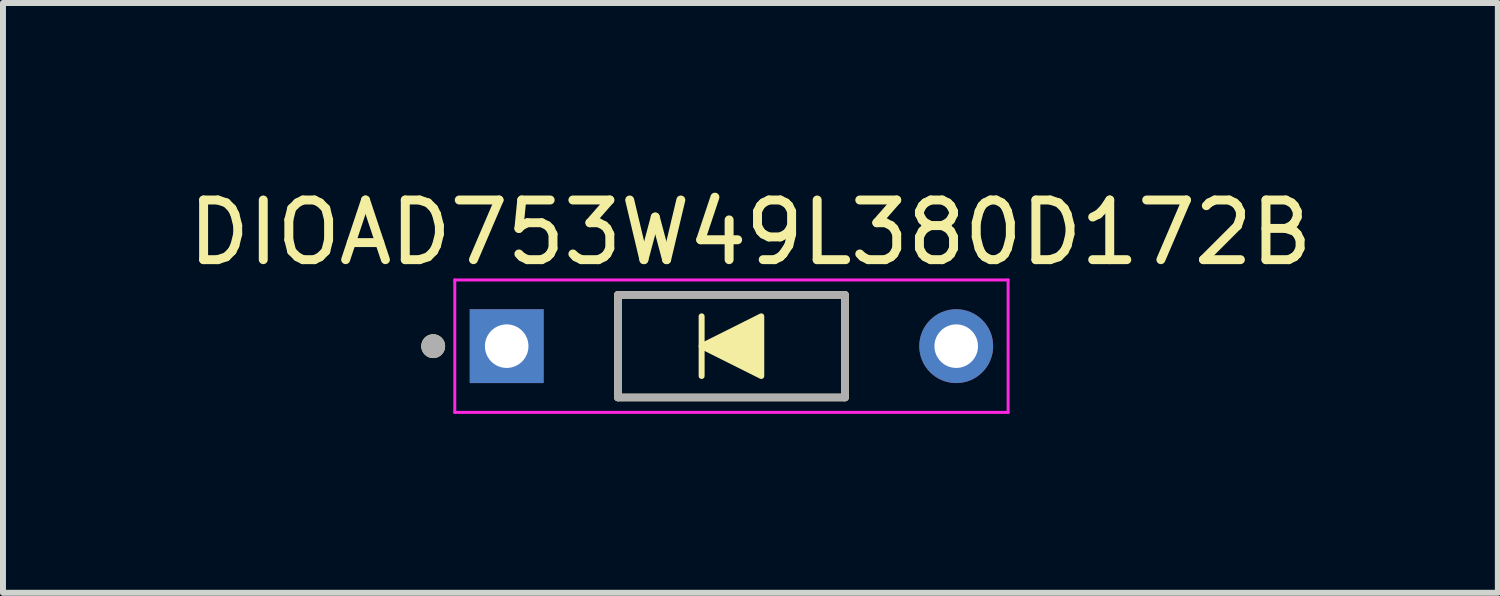
<source format=kicad_pcb>
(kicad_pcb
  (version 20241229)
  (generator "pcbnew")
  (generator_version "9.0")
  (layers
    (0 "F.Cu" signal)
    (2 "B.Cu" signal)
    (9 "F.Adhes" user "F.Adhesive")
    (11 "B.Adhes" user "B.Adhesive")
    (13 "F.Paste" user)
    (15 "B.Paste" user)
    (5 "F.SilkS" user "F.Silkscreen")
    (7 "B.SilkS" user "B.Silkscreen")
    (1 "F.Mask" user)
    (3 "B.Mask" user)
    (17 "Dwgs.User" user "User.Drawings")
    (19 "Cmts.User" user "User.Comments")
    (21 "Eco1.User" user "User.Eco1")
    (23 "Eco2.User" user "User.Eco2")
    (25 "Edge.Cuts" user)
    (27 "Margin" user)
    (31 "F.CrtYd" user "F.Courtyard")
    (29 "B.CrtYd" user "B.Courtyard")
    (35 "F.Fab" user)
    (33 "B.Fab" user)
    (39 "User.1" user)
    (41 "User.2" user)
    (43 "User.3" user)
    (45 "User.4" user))
  (footprint "DIOAD753W49L380D172B"
    (layer "F.Cu")
    (at 9.212 2.753)
    (property "Reference" "DIOAD753W49L380D172B" (at 0.318 -1.905 0) (layer "F.SilkS") (effects (font (size 1 1) (thickness 0.15))))
    (attr through_hole)
    (fp_line (start -1.903 -0.86) (end 1.903 -0.86) (stroke (width 0.127) (type solid)) (layer "F.SilkS"))
    (fp_line (start -1.903 0.86) (end -1.903 -0.86) (stroke (width 0.127) (type solid)) (layer "F.SilkS"))
    (fp_line (start -0.5 -0.5) (end -0.5 0.5) (stroke (width 0.1) (type default)) (layer "F.SilkS"))
    (fp_line (start 1.903 -0.86) (end 1.903 0.86) (stroke (width 0.127) (type solid)) (layer "F.SilkS"))
    (fp_line (start 1.903 0.86) (end -1.903 0.86) (stroke (width 0.127) (type solid)) (layer "F.SilkS"))
    (fp_circle (center -5 0) (end -4.9 0) (stroke (width 0.2) (type solid)) (fill no) (layer "F.SilkS"))
    (fp_poly (pts (xy -0.5 0) (xy 0.5 -0.5) (xy 0.5 0.5)) (stroke (width 0.1) (type solid)) (fill yes) (layer "F.SilkS"))
    (fp_line (start -4.638 -1.11) (end 4.638 -1.11) (stroke (width 0.05) (type solid)) (layer "F.CrtYd"))
    (fp_line (start -4.638 1.11) (end -4.638 -1.11) (stroke (width 0.05) (type solid)) (layer "F.CrtYd"))
    (fp_line (start 4.638 -1.11) (end 4.638 1.11) (stroke (width 0.05) (type solid)) (layer "F.CrtYd"))
    (fp_line (start 4.638 1.11) (end -4.638 1.11) (stroke (width 0.05) (type solid)) (layer "F.CrtYd"))
    (fp_line (start -1.903 -0.86) (end 1.903 -0.86) (stroke (width 0.127) (type solid)) (layer "F.Fab"))
    (fp_line (start -1.903 0.86) (end -1.903 -0.86) (stroke (width 0.127) (type solid)) (layer "F.Fab"))
    (fp_line (start 1.903 -0.86) (end 1.903 0.86) (stroke (width 0.127) (type solid)) (layer "F.Fab"))
    (fp_line (start 1.903 0.86) (end -1.903 0.86) (stroke (width 0.127) (type solid)) (layer "F.Fab"))
    (fp_circle (center -5 0) (end -4.9 0) (stroke (width 0.2) (type solid)) (fill no) (layer "F.Fab"))
    (pad "A" thru_hole circle (at 3.768 0) (size 1.238 1.238) (drill 0.73) (layers "*.Cu" "*.Mask"))
    (pad "K" thru_hole rect (at -3.768 0) (size 1.238 1.238) (drill 0.73) (layers "*.Cu" "*.Mask")))
  (gr_rect
    (start -3 -3)
    (end 22.06 6.888)
    (stroke (width 0.1) (type default))
    (fill no)
    (layer "Edge.Cuts")))
</source>
